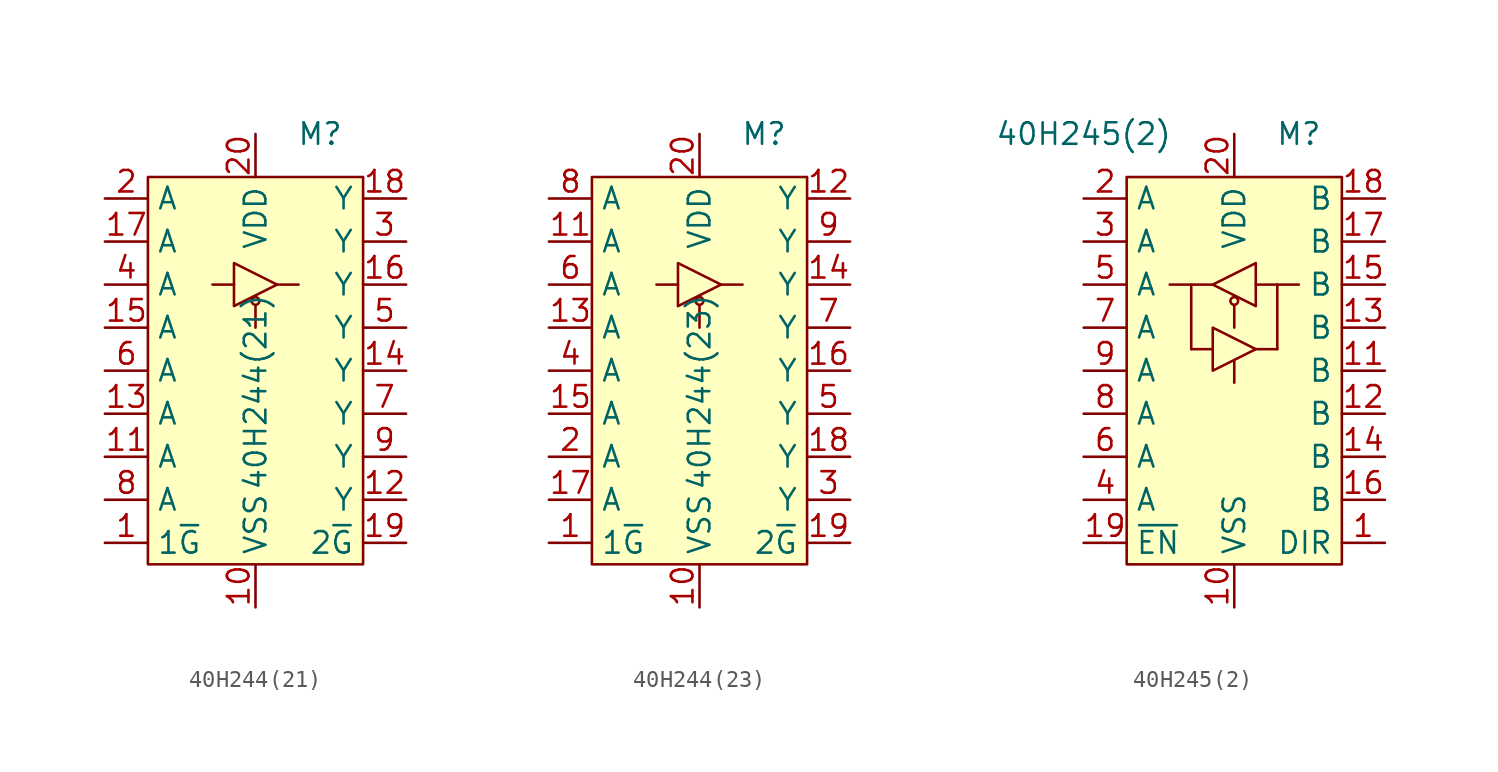
<source format=kicad_sym>
(kicad_symbol_lib
  (version 20211014)
  (generator kicad_symbol_editor)
  (symbol "40H244(21)"
    (property "Reference" "M"
      (at 3.81 13.97 0)
      (effects (font (size 1.27 1.27))))
    (property "Value" "40H244(21)"
      (at 0 -1.27 90)
      (effects (font (size 1.27 1.27))))
    (symbol "40H244(21)_0_1"
      (rectangle (start -6.35 11.43) (end 6.35 -11.43) (stroke (width 0) (type default) (color 0 0 0 0)) (fill (type background)))
      (polyline (pts (xy -1.27 5.08) (xy -2.54 5.08)) (stroke (width 0) (type default) (color 0 0 0 0)) (fill (type none)))
      (polyline (pts (xy 0 3.81) (xy 0 2.54)) (stroke (width 0) (type default) (color 0 0 0 0)) (fill (type none)))
      (polyline (pts (xy 1.27 5.08) (xy 2.54 5.08)) (stroke (width 0) (type default) (color 0 0 0 0)) (fill (type none)))
      (polyline (pts (xy -1.27 6.35) (xy -1.27 3.81) (xy 1.27 5.08) (xy -1.27 6.35)) (stroke (width 0) (type default) (color 0 0 0 0)) (fill (type none)))
      (circle (center 0 4.115) (radius 0.227) (stroke (width 0) (type default) (color 0 0 0 0)) (fill (type none))))
    (symbol "40H244(21)_1_1"
      (pin input line (at -8.89 -10.16 0) (length 2.54) (name "1~{G}" (effects (font (size 1.27 1.27)))) (number "1" (effects (font (size 1.27 1.27)))))
      (pin power_in line (at 0 -13.97 90) (length 2.54) (name "VSS" (effects (font (size 1.27 1.27)))) (number "10" (effects (font (size 1.27 1.27)))))
      (pin input line (at -8.89 -5.08 0) (length 2.54) (name "A" (effects (font (size 1.27 1.27)))) (number "11" (effects (font (size 1.27 1.27)))))
      (pin output line (at 8.89 -7.62 180) (length 2.54) (name "Y" (effects (font (size 1.27 1.27)))) (number "12" (effects (font (size 1.27 1.27)))))
      (pin input line (at -8.89 -2.54 0) (length 2.54) (name "A" (effects (font (size 1.27 1.27)))) (number "13" (effects (font (size 1.27 1.27)))))
      (pin output line (at 8.89 0 180) (length 2.54) (name "Y" (effects (font (size 1.27 1.27)))) (number "14" (effects (font (size 1.27 1.27)))))
      (pin input line (at -8.89 2.54 0) (length 2.54) (name "A" (effects (font (size 1.27 1.27)))) (number "15" (effects (font (size 1.27 1.27)))))
      (pin output line (at 8.89 5.08 180) (length 2.54) (name "Y" (effects (font (size 1.27 1.27)))) (number "16" (effects (font (size 1.27 1.27)))))
      (pin input line (at -8.89 7.62 0) (length 2.54) (name "A" (effects (font (size 1.27 1.27)))) (number "17" (effects (font (size 1.27 1.27)))))
      (pin output line (at 8.89 10.16 180) (length 2.54) (name "Y" (effects (font (size 1.27 1.27)))) (number "18" (effects (font (size 1.27 1.27)))))
      (pin input line (at 8.89 -10.16 180) (length 2.54) (name "2~{G}" (effects (font (size 1.27 1.27)))) (number "19" (effects (font (size 1.27 1.27)))))
      (pin input line (at -8.89 10.16 0) (length 2.54) (name "A" (effects (font (size 1.27 1.27)))) (number "2" (effects (font (size 1.27 1.27)))))
      (pin power_in line (at 0 13.97 270) (length 2.54) (name "VDD" (effects (font (size 1.27 1.27)))) (number "20" (effects (font (size 1.27 1.27)))))
      (pin output line (at 8.89 7.62 180) (length 2.54) (name "Y" (effects (font (size 1.27 1.27)))) (number "3" (effects (font (size 1.27 1.27)))))
      (pin input line (at -8.89 5.08 0) (length 2.54) (name "A" (effects (font (size 1.27 1.27)))) (number "4" (effects (font (size 1.27 1.27)))))
      (pin output line (at 8.89 2.54 180) (length 2.54) (name "Y" (effects (font (size 1.27 1.27)))) (number "5" (effects (font (size 1.27 1.27)))))
      (pin input line (at -8.89 0 0) (length 2.54) (name "A" (effects (font (size 1.27 1.27)))) (number "6" (effects (font (size 1.27 1.27)))))
      (pin output line (at 8.89 -2.54 180) (length 2.54) (name "Y" (effects (font (size 1.27 1.27)))) (number "7" (effects (font (size 1.27 1.27)))))
      (pin input line (at -8.89 -7.62 0) (length 2.54) (name "A" (effects (font (size 1.27 1.27)))) (number "8" (effects (font (size 1.27 1.27)))))
      (pin output line (at 8.89 -5.08 180) (length 2.54) (name "Y" (effects (font (size 1.27 1.27)))) (number "9" (effects (font (size 1.27 1.27)))))))
  (symbol "40H244(23)"
    (property "Reference" "M"
      (at 3.81 13.97 0)
      (effects (font (size 1.27 1.27))))
    (property "Value" "40H244(23)"
      (at 0 -1.27 90)
      (effects (font (size 1.27 1.27))))
    (symbol "40H244(23)_0_1"
      (rectangle (start -6.35 11.43) (end 6.35 -11.43) (stroke (width 0) (type default) (color 0 0 0 0)) (fill (type background)))
      (polyline (pts (xy -1.27 5.08) (xy -2.54 5.08)) (stroke (width 0) (type default) (color 0 0 0 0)) (fill (type none)))
      (polyline (pts (xy 0 3.81) (xy 0 2.54)) (stroke (width 0) (type default) (color 0 0 0 0)) (fill (type none)))
      (polyline (pts (xy 1.27 5.08) (xy 2.54 5.08)) (stroke (width 0) (type default) (color 0 0 0 0)) (fill (type none)))
      (polyline (pts (xy -1.27 6.35) (xy -1.27 3.81) (xy 1.27 5.08) (xy -1.27 6.35)) (stroke (width 0) (type default) (color 0 0 0 0)) (fill (type none)))
      (circle (center 0 4.115) (radius 0.227) (stroke (width 0) (type default) (color 0 0 0 0)) (fill (type none))))
    (symbol "40H244(23)_1_1"
      (pin input line (at -8.89 -10.16 0) (length 2.54) (name "1~{G}" (effects (font (size 1.27 1.27)))) (number "1" (effects (font (size 1.27 1.27)))))
      (pin power_in line (at 0 -13.97 90) (length 2.54) (name "VSS" (effects (font (size 1.27 1.27)))) (number "10" (effects (font (size 1.27 1.27)))))
      (pin input line (at -8.89 7.62 0) (length 2.54) (name "A" (effects (font (size 1.27 1.27)))) (number "11" (effects (font (size 1.27 1.27)))))
      (pin tri_state line (at 8.89 10.16 180) (length 2.54) (name "Y" (effects (font (size 1.27 1.27)))) (number "12" (effects (font (size 1.27 1.27)))))
      (pin input line (at -8.89 2.54 0) (length 2.54) (name "A" (effects (font (size 1.27 1.27)))) (number "13" (effects (font (size 1.27 1.27)))))
      (pin tri_state line (at 8.89 5.08 180) (length 2.54) (name "Y" (effects (font (size 1.27 1.27)))) (number "14" (effects (font (size 1.27 1.27)))))
      (pin input line (at -8.89 -2.54 0) (length 2.54) (name "A" (effects (font (size 1.27 1.27)))) (number "15" (effects (font (size 1.27 1.27)))))
      (pin tri_state line (at 8.89 0 180) (length 2.54) (name "Y" (effects (font (size 1.27 1.27)))) (number "16" (effects (font (size 1.27 1.27)))))
      (pin input line (at -8.89 -7.62 0) (length 2.54) (name "A" (effects (font (size 1.27 1.27)))) (number "17" (effects (font (size 1.27 1.27)))))
      (pin tri_state line (at 8.89 -5.08 180) (length 2.54) (name "Y" (effects (font (size 1.27 1.27)))) (number "18" (effects (font (size 1.27 1.27)))))
      (pin input line (at 8.89 -10.16 180) (length 2.54) (name "2~{G}" (effects (font (size 1.27 1.27)))) (number "19" (effects (font (size 1.27 1.27)))))
      (pin input line (at -8.89 -5.08 0) (length 2.54) (name "A" (effects (font (size 1.27 1.27)))) (number "2" (effects (font (size 1.27 1.27)))))
      (pin power_in line (at 0 13.97 270) (length 2.54) (name "VDD" (effects (font (size 1.27 1.27)))) (number "20" (effects (font (size 1.27 1.27)))))
      (pin tri_state line (at 8.89 -7.62 180) (length 2.54) (name "Y" (effects (font (size 1.27 1.27)))) (number "3" (effects (font (size 1.27 1.27)))))
      (pin input line (at -8.89 0 0) (length 2.54) (name "A" (effects (font (size 1.27 1.27)))) (number "4" (effects (font (size 1.27 1.27)))))
      (pin tri_state line (at 8.89 -2.54 180) (length 2.54) (name "Y" (effects (font (size 1.27 1.27)))) (number "5" (effects (font (size 1.27 1.27)))))
      (pin input line (at -8.89 5.08 0) (length 2.54) (name "A" (effects (font (size 1.27 1.27)))) (number "6" (effects (font (size 1.27 1.27)))))
      (pin tri_state line (at 8.89 2.54 180) (length 2.54) (name "Y" (effects (font (size 1.27 1.27)))) (number "7" (effects (font (size 1.27 1.27)))))
      (pin input line (at -8.89 10.16 0) (length 2.54) (name "A" (effects (font (size 1.27 1.27)))) (number "8" (effects (font (size 1.27 1.27)))))
      (pin tri_state line (at 8.89 7.62 180) (length 2.54) (name "Y" (effects (font (size 1.27 1.27)))) (number "9" (effects (font (size 1.27 1.27)))))))
  (symbol "40H245(2)"
    (property "Reference" "M"
      (at 3.81 13.97 0)
      (effects (font (size 1.27 1.27))))
    (property "Value" "40H245(2)"
      (at -8.89 13.97 0)
      (effects (font (size 1.27 1.27))))
    (symbol "40H245(2)_0_1"
      (rectangle (start -6.35 11.43) (end 6.35 -11.43) (stroke (width 0) (type default) (color 0 0 0 0)) (fill (type background)))
      (polyline (pts (xy -1.27 1.27) (xy -2.54 1.27)) (stroke (width 0) (type default) (color 0 0 0 0)) (fill (type none)))
      (polyline (pts (xy -1.27 5.08) (xy -2.54 5.08)) (stroke (width 0) (type default) (color 0 0 0 0)) (fill (type none)))
      (polyline (pts (xy 0 0.559) (xy 0 -0.711)) (stroke (width 0) (type default) (color 0 0 0 0)) (fill (type none)))
      (polyline (pts (xy 0 3.81) (xy 0 2.54)) (stroke (width 0) (type default) (color 0 0 0 0)) (fill (type none)))
      (polyline (pts (xy 1.27 1.27) (xy 2.54 1.27)) (stroke (width 0) (type default) (color 0 0 0 0)) (fill (type none)))
      (polyline (pts (xy 1.27 5.08) (xy 2.54 5.08)) (stroke (width 0) (type default) (color 0 0 0 0)) (fill (type none)))
      (polyline (pts (xy -3.81 5.08) (xy -2.54 5.08) (xy -2.54 1.27)) (stroke (width 0) (type default) (color 0 0 0 0)) (fill (type none)))
      (polyline (pts (xy 3.81 5.08) (xy 2.54 5.08) (xy 2.54 1.27)) (stroke (width 0) (type default) (color 0 0 0 0)) (fill (type none)))
      (polyline (pts (xy -1.27 2.54) (xy -1.27 0) (xy 1.27 1.27) (xy -1.27 2.54)) (stroke (width 0) (type default) (color 0 0 0 0)) (fill (type none)))
      (polyline (pts (xy 1.27 6.35) (xy 1.27 3.81) (xy -1.27 5.08) (xy 1.27 6.35)) (stroke (width 0) (type default) (color 0 0 0 0)) (fill (type none)))
      (circle (center 0 4.115) (radius 0.227) (stroke (width 0) (type default) (color 0 0 0 0)) (fill (type none))))
    (symbol "40H245(2)_1_1"
      (pin input line (at 8.89 -10.16 180) (length 2.54) (name "DIR" (effects (font (size 1.27 1.27)))) (number "1" (effects (font (size 1.27 1.27)))))
      (pin power_in line (at 0 -13.97 90) (length 2.54) (name "VSS" (effects (font (size 1.27 1.27)))) (number "10" (effects (font (size 1.27 1.27)))))
      (pin tri_state line (at 8.89 0 180) (length 2.54) (name "B" (effects (font (size 1.27 1.27)))) (number "11" (effects (font (size 1.27 1.27)))))
      (pin tri_state line (at 8.89 -2.54 180) (length 2.54) (name "B" (effects (font (size 1.27 1.27)))) (number "12" (effects (font (size 1.27 1.27)))))
      (pin tri_state line (at 8.89 2.54 180) (length 2.54) (name "B" (effects (font (size 1.27 1.27)))) (number "13" (effects (font (size 1.27 1.27)))))
      (pin tri_state line (at 8.89 -5.08 180) (length 2.54) (name "B" (effects (font (size 1.27 1.27)))) (number "14" (effects (font (size 1.27 1.27)))))
      (pin tri_state line (at 8.89 5.08 180) (length 2.54) (name "B" (effects (font (size 1.27 1.27)))) (number "15" (effects (font (size 1.27 1.27)))))
      (pin tri_state line (at 8.89 -7.62 180) (length 2.54) (name "B" (effects (font (size 1.27 1.27)))) (number "16" (effects (font (size 1.27 1.27)))))
      (pin tri_state line (at 8.89 7.62 180) (length 2.54) (name "B" (effects (font (size 1.27 1.27)))) (number "17" (effects (font (size 1.27 1.27)))))
      (pin tri_state line (at 8.89 10.16 180) (length 2.54) (name "B" (effects (font (size 1.27 1.27)))) (number "18" (effects (font (size 1.27 1.27)))))
      (pin input line (at -8.89 -10.16 0) (length 2.54) (name "~{EN}" (effects (font (size 1.27 1.27)))) (number "19" (effects (font (size 1.27 1.27)))))
      (pin tri_state line (at -8.89 10.16 0) (length 2.54) (name "A" (effects (font (size 1.27 1.27)))) (number "2" (effects (font (size 1.27 1.27)))))
      (pin power_in line (at 0 13.97 270) (length 2.54) (name "VDD" (effects (font (size 1.27 1.27)))) (number "20" (effects (font (size 1.27 1.27)))))
      (pin tri_state line (at -8.89 7.62 0) (length 2.54) (name "A" (effects (font (size 1.27 1.27)))) (number "3" (effects (font (size 1.27 1.27)))))
      (pin tri_state line (at -8.89 -7.62 0) (length 2.54) (name "A" (effects (font (size 1.27 1.27)))) (number "4" (effects (font (size 1.27 1.27)))))
      (pin tri_state line (at -8.89 5.08 0) (length 2.54) (name "A" (effects (font (size 1.27 1.27)))) (number "5" (effects (font (size 1.27 1.27)))))
      (pin tri_state line (at -8.89 -5.08 0) (length 2.54) (name "A" (effects (font (size 1.27 1.27)))) (number "6" (effects (font (size 1.27 1.27)))))
      (pin tri_state line (at -8.89 2.54 0) (length 2.54) (name "A" (effects (font (size 1.27 1.27)))) (number "7" (effects (font (size 1.27 1.27)))))
      (pin tri_state line (at -8.89 -2.54 0) (length 2.54) (name "A" (effects (font (size 1.27 1.27)))) (number "8" (effects (font (size 1.27 1.27)))))
      (pin tri_state line (at -8.89 0 0) (length 2.54) (name "A" (effects (font (size 1.27 1.27)))) (number "9" (effects (font (size 1.27 1.27))))))))
</source>
